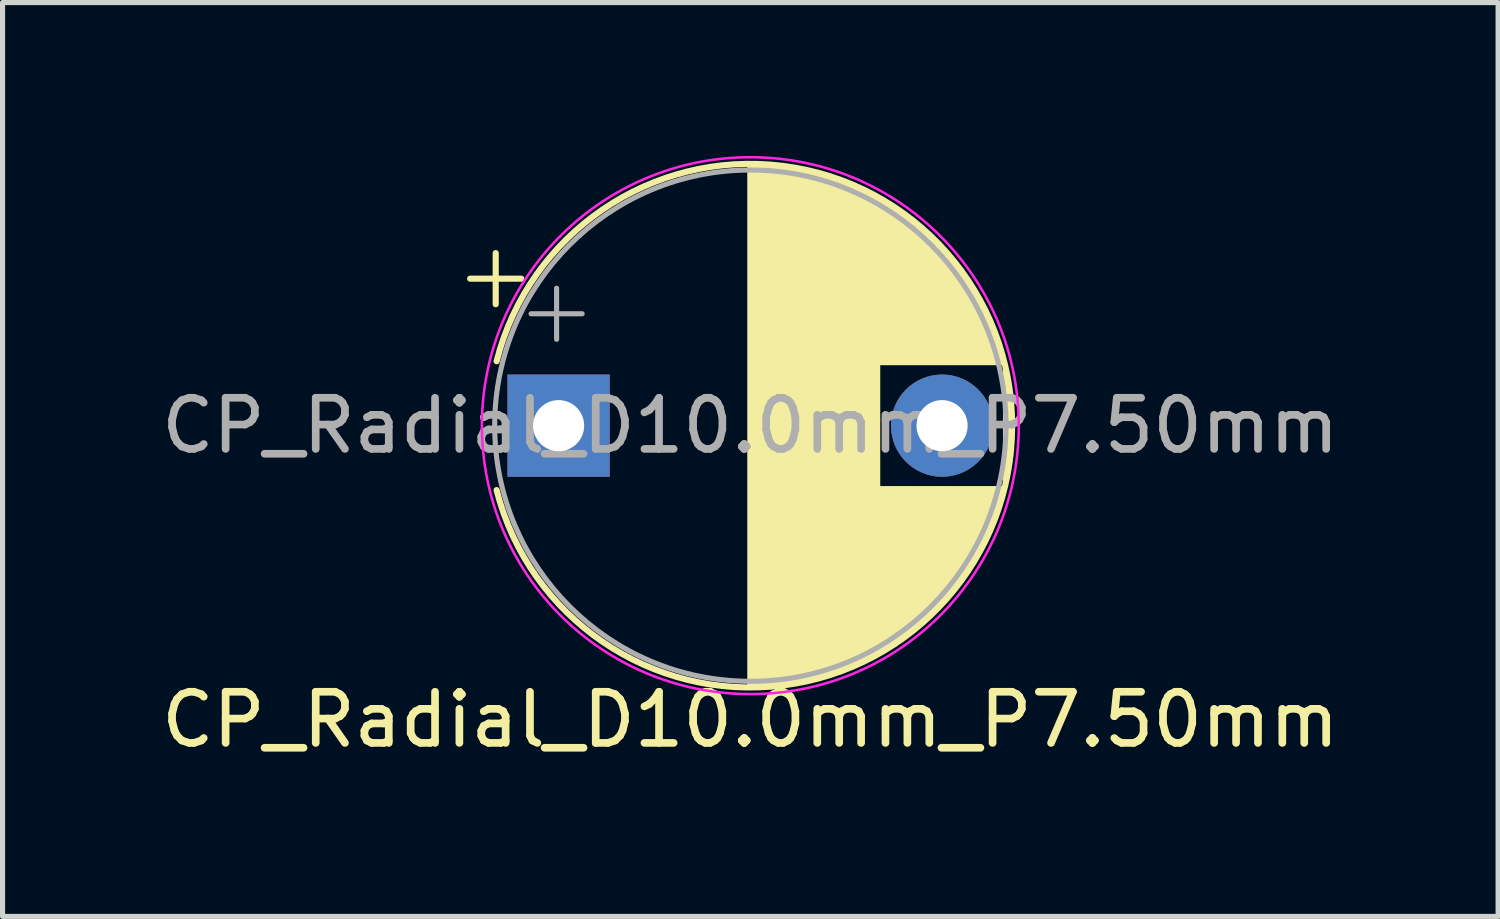
<source format=kicad_pcb>
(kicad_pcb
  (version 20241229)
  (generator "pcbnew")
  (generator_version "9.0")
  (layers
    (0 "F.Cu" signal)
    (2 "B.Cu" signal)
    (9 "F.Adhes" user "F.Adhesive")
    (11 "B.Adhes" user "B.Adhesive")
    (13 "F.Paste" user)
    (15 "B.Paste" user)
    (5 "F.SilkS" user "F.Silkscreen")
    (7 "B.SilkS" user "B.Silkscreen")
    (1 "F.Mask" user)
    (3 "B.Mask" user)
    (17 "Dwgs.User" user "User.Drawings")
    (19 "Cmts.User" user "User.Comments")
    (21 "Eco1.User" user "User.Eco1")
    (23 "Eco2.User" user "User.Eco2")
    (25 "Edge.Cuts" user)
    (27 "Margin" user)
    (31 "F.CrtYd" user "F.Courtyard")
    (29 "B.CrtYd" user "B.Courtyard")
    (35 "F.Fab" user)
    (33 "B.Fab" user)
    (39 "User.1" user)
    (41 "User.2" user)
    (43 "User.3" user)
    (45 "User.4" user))
  (footprint "CP_Radial_D10.0mm_P7.50mm"
    (layer "F.Cu")
    (at 7.875 5.275)
    (property "Reference" "CP_Radial_D10.0mm_P7.50mm" (at 3.75 5.75 0) (layer "F.SilkS") (effects (font (size 1 1) (thickness 0.15))))
    (attr through_hole)
    (fp_line (start -1.73 -2.875) (end -0.73 -2.875) (stroke (width 0.12) (type solid)) (layer "F.SilkS"))
    (fp_line (start -1.23 -3.375) (end -1.23 -2.375) (stroke (width 0.12) (type solid)) (layer "F.SilkS"))
    (fp_line (start 3.75 -5.08) (end 3.75 5.08) (stroke (width 0.12) (type solid)) (layer "F.SilkS"))
    (fp_line (start 3.79 -5.08) (end 3.79 5.08) (stroke (width 0.12) (type solid)) (layer "F.SilkS"))
    (fp_line (start 3.83 -5.08) (end 3.83 5.08) (stroke (width 0.12) (type solid)) (layer "F.SilkS"))
    (fp_line (start 3.87 -5.079) (end 3.87 5.079) (stroke (width 0.12) (type solid)) (layer "F.SilkS"))
    (fp_line (start 3.91 -5.078) (end 3.91 5.078) (stroke (width 0.12) (type solid)) (layer "F.SilkS"))
    (fp_line (start 3.95 -5.077) (end 3.95 5.077) (stroke (width 0.12) (type solid)) (layer "F.SilkS"))
    (fp_line (start 3.99 -5.075) (end 3.99 5.075) (stroke (width 0.12) (type solid)) (layer "F.SilkS"))
    (fp_line (start 4.03 -5.073) (end 4.03 5.073) (stroke (width 0.12) (type solid)) (layer "F.SilkS"))
    (fp_line (start 4.07 -5.07) (end 4.07 5.07) (stroke (width 0.12) (type solid)) (layer "F.SilkS"))
    (fp_line (start 4.11 -5.068) (end 4.11 5.068) (stroke (width 0.12) (type solid)) (layer "F.SilkS"))
    (fp_line (start 4.15 -5.065) (end 4.15 5.065) (stroke (width 0.12) (type solid)) (layer "F.SilkS"))
    (fp_line (start 4.19 -5.062) (end 4.19 5.062) (stroke (width 0.12) (type solid)) (layer "F.SilkS"))
    (fp_line (start 4.23 -5.058) (end 4.23 5.058) (stroke (width 0.12) (type solid)) (layer "F.SilkS"))
    (fp_line (start 4.27 -5.054) (end 4.27 5.054) (stroke (width 0.12) (type solid)) (layer "F.SilkS"))
    (fp_line (start 4.31 -5.05) (end 4.31 5.05) (stroke (width 0.12) (type solid)) (layer "F.SilkS"))
    (fp_line (start 4.35 -5.045) (end 4.35 5.045) (stroke (width 0.12) (type solid)) (layer "F.SilkS"))
    (fp_line (start 4.39 -5.04) (end 4.39 5.04) (stroke (width 0.12) (type solid)) (layer "F.SilkS"))
    (fp_line (start 4.43 -5.035) (end 4.43 5.035) (stroke (width 0.12) (type solid)) (layer "F.SilkS"))
    (fp_line (start 4.471 -5.03) (end 4.471 5.03) (stroke (width 0.12) (type solid)) (layer "F.SilkS"))
    (fp_line (start 4.511 -5.024) (end 4.511 5.024) (stroke (width 0.12) (type solid)) (layer "F.SilkS"))
    (fp_line (start 4.551 -5.018) (end 4.551 5.018) (stroke (width 0.12) (type solid)) (layer "F.SilkS"))
    (fp_line (start 4.591 -5.011) (end 4.591 5.011) (stroke (width 0.12) (type solid)) (layer "F.SilkS"))
    (fp_line (start 4.631 -5.004) (end 4.631 5.004) (stroke (width 0.12) (type solid)) (layer "F.SilkS"))
    (fp_line (start 4.671 -4.997) (end 4.671 4.997) (stroke (width 0.12) (type solid)) (layer "F.SilkS"))
    (fp_line (start 4.711 -4.99) (end 4.711 4.99) (stroke (width 0.12) (type solid)) (layer "F.SilkS"))
    (fp_line (start 4.751 -4.982) (end 4.751 4.982) (stroke (width 0.12) (type solid)) (layer "F.SilkS"))
    (fp_line (start 4.791 -4.974) (end 4.791 4.974) (stroke (width 0.12) (type solid)) (layer "F.SilkS"))
    (fp_line (start 4.831 -4.965) (end 4.831 4.965) (stroke (width 0.12) (type solid)) (layer "F.SilkS"))
    (fp_line (start 4.871 -4.956) (end 4.871 4.956) (stroke (width 0.12) (type solid)) (layer "F.SilkS"))
    (fp_line (start 4.911 -4.947) (end 4.911 4.947) (stroke (width 0.12) (type solid)) (layer "F.SilkS"))
    (fp_line (start 4.951 -4.938) (end 4.951 4.938) (stroke (width 0.12) (type solid)) (layer "F.SilkS"))
    (fp_line (start 4.991 -4.928) (end 4.991 4.928) (stroke (width 0.12) (type solid)) (layer "F.SilkS"))
    (fp_line (start 5.031 -4.918) (end 5.031 4.918) (stroke (width 0.12) (type solid)) (layer "F.SilkS"))
    (fp_line (start 5.071 -4.907) (end 5.071 4.907) (stroke (width 0.12) (type solid)) (layer "F.SilkS"))
    (fp_line (start 5.111 -4.897) (end 5.111 4.897) (stroke (width 0.12) (type solid)) (layer "F.SilkS"))
    (fp_line (start 5.151 -4.885) (end 5.151 4.885) (stroke (width 0.12) (type solid)) (layer "F.SilkS"))
    (fp_line (start 5.191 -4.874) (end 5.191 4.874) (stroke (width 0.12) (type solid)) (layer "F.SilkS"))
    (fp_line (start 5.231 -4.862) (end 5.231 4.862) (stroke (width 0.12) (type solid)) (layer "F.SilkS"))
    (fp_line (start 5.271 -4.85) (end 5.271 4.85) (stroke (width 0.12) (type solid)) (layer "F.SilkS"))
    (fp_line (start 5.311 -4.837) (end 5.311 4.837) (stroke (width 0.12) (type solid)) (layer "F.SilkS"))
    (fp_line (start 5.351 -4.824) (end 5.351 4.824) (stroke (width 0.12) (type solid)) (layer "F.SilkS"))
    (fp_line (start 5.391 -4.811) (end 5.391 4.811) (stroke (width 0.12) (type solid)) (layer "F.SilkS"))
    (fp_line (start 5.431 -4.797) (end 5.431 4.797) (stroke (width 0.12) (type solid)) (layer "F.SilkS"))
    (fp_line (start 5.471 -4.783) (end 5.471 4.783) (stroke (width 0.12) (type solid)) (layer "F.SilkS"))
    (fp_line (start 5.511 -4.768) (end 5.511 4.768) (stroke (width 0.12) (type solid)) (layer "F.SilkS"))
    (fp_line (start 5.551 -4.754) (end 5.551 4.754) (stroke (width 0.12) (type solid)) (layer "F.SilkS"))
    (fp_line (start 5.591 -4.738) (end 5.591 4.738) (stroke (width 0.12) (type solid)) (layer "F.SilkS"))
    (fp_line (start 5.631 -4.723) (end 5.631 4.723) (stroke (width 0.12) (type solid)) (layer "F.SilkS"))
    (fp_line (start 5.671 -4.707) (end 5.671 4.707) (stroke (width 0.12) (type solid)) (layer "F.SilkS"))
    (fp_line (start 5.711 -4.69) (end 5.711 4.69) (stroke (width 0.12) (type solid)) (layer "F.SilkS"))
    (fp_line (start 5.751 -4.674) (end 5.751 4.674) (stroke (width 0.12) (type solid)) (layer "F.SilkS"))
    (fp_line (start 5.791 -4.657) (end 5.791 4.657) (stroke (width 0.12) (type solid)) (layer "F.SilkS"))
    (fp_line (start 5.831 -4.639) (end 5.831 4.639) (stroke (width 0.12) (type solid)) (layer "F.SilkS"))
    (fp_line (start 5.871 -4.621) (end 5.871 4.621) (stroke (width 0.12) (type solid)) (layer "F.SilkS"))
    (fp_line (start 5.911 -4.603) (end 5.911 4.603) (stroke (width 0.12) (type solid)) (layer "F.SilkS"))
    (fp_line (start 5.951 -4.584) (end 5.951 4.584) (stroke (width 0.12) (type solid)) (layer "F.SilkS"))
    (fp_line (start 5.991 -4.564) (end 5.991 4.564) (stroke (width 0.12) (type solid)) (layer "F.SilkS"))
    (fp_line (start 6.031 -4.545) (end 6.031 4.545) (stroke (width 0.12) (type solid)) (layer "F.SilkS"))
    (fp_line (start 6.071 -4.525) (end 6.071 4.525) (stroke (width 0.12) (type solid)) (layer "F.SilkS"))
    (fp_line (start 6.111 -4.504) (end 6.111 4.504) (stroke (width 0.12) (type solid)) (layer "F.SilkS"))
    (fp_line (start 6.151 -4.483) (end 6.151 4.483) (stroke (width 0.12) (type solid)) (layer "F.SilkS"))
    (fp_line (start 6.191 -4.462) (end 6.191 4.462) (stroke (width 0.12) (type solid)) (layer "F.SilkS"))
    (fp_line (start 6.231 -4.44) (end 6.231 4.44) (stroke (width 0.12) (type solid)) (layer "F.SilkS"))
    (fp_line (start 6.271 -4.417) (end 6.271 -1.241) (stroke (width 0.12) (type solid)) (layer "F.SilkS"))
    (fp_line (start 6.271 1.241) (end 6.271 4.417) (stroke (width 0.12) (type solid)) (layer "F.SilkS"))
    (fp_line (start 6.311 -4.395) (end 6.311 -1.241) (stroke (width 0.12) (type solid)) (layer "F.SilkS"))
    (fp_line (start 6.311 1.241) (end 6.311 4.395) (stroke (width 0.12) (type solid)) (layer "F.SilkS"))
    (fp_line (start 6.351 -4.371) (end 6.351 -1.241) (stroke (width 0.12) (type solid)) (layer "F.SilkS"))
    (fp_line (start 6.351 1.241) (end 6.351 4.371) (stroke (width 0.12) (type solid)) (layer "F.SilkS"))
    (fp_line (start 6.391 -4.347) (end 6.391 -1.241) (stroke (width 0.12) (type solid)) (layer "F.SilkS"))
    (fp_line (start 6.391 1.241) (end 6.391 4.347) (stroke (width 0.12) (type solid)) (layer "F.SilkS"))
    (fp_line (start 6.431 -4.323) (end 6.431 -1.241) (stroke (width 0.12) (type solid)) (layer "F.SilkS"))
    (fp_line (start 6.431 1.241) (end 6.431 4.323) (stroke (width 0.12) (type solid)) (layer "F.SilkS"))
    (fp_line (start 6.471 -4.298) (end 6.471 -1.241) (stroke (width 0.12) (type solid)) (layer "F.SilkS"))
    (fp_line (start 6.471 1.241) (end 6.471 4.298) (stroke (width 0.12) (type solid)) (layer "F.SilkS"))
    (fp_line (start 6.511 -4.273) (end 6.511 -1.241) (stroke (width 0.12) (type solid)) (layer "F.SilkS"))
    (fp_line (start 6.511 1.241) (end 6.511 4.273) (stroke (width 0.12) (type solid)) (layer "F.SilkS"))
    (fp_line (start 6.551 -4.247) (end 6.551 -1.241) (stroke (width 0.12) (type solid)) (layer "F.SilkS"))
    (fp_line (start 6.551 1.241) (end 6.551 4.247) (stroke (width 0.12) (type solid)) (layer "F.SilkS"))
    (fp_line (start 6.591 -4.221) (end 6.591 -1.241) (stroke (width 0.12) (type solid)) (layer "F.SilkS"))
    (fp_line (start 6.591 1.241) (end 6.591 4.221) (stroke (width 0.12) (type solid)) (layer "F.SilkS"))
    (fp_line (start 6.631 -4.194) (end 6.631 -1.241) (stroke (width 0.12) (type solid)) (layer "F.SilkS"))
    (fp_line (start 6.631 1.241) (end 6.631 4.194) (stroke (width 0.12) (type solid)) (layer "F.SilkS"))
    (fp_line (start 6.671 -4.166) (end 6.671 -1.241) (stroke (width 0.12) (type solid)) (layer "F.SilkS"))
    (fp_line (start 6.671 1.241) (end 6.671 4.166) (stroke (width 0.12) (type solid)) (layer "F.SilkS"))
    (fp_line (start 6.711 -4.138) (end 6.711 -1.241) (stroke (width 0.12) (type solid)) (layer "F.SilkS"))
    (fp_line (start 6.711 1.241) (end 6.711 4.138) (stroke (width 0.12) (type solid)) (layer "F.SilkS"))
    (fp_line (start 6.751 -4.11) (end 6.751 -1.241) (stroke (width 0.12) (type solid)) (layer "F.SilkS"))
    (fp_line (start 6.751 1.241) (end 6.751 4.11) (stroke (width 0.12) (type solid)) (layer "F.SilkS"))
    (fp_line (start 6.791 -4.08) (end 6.791 -1.241) (stroke (width 0.12) (type solid)) (layer "F.SilkS"))
    (fp_line (start 6.791 1.241) (end 6.791 4.08) (stroke (width 0.12) (type solid)) (layer "F.SilkS"))
    (fp_line (start 6.831 -4.05) (end 6.831 -1.241) (stroke (width 0.12) (type solid)) (layer "F.SilkS"))
    (fp_line (start 6.831 1.241) (end 6.831 4.05) (stroke (width 0.12) (type solid)) (layer "F.SilkS"))
    (fp_line (start 6.871 -4.02) (end 6.871 -1.241) (stroke (width 0.12) (type solid)) (layer "F.SilkS"))
    (fp_line (start 6.871 1.241) (end 6.871 4.02) (stroke (width 0.12) (type solid)) (layer "F.SilkS"))
    (fp_line (start 6.911 -3.989) (end 6.911 -1.241) (stroke (width 0.12) (type solid)) (layer "F.SilkS"))
    (fp_line (start 6.911 1.241) (end 6.911 3.989) (stroke (width 0.12) (type solid)) (layer "F.SilkS"))
    (fp_line (start 6.951 -3.957) (end 6.951 -1.241) (stroke (width 0.12) (type solid)) (layer "F.SilkS"))
    (fp_line (start 6.951 1.241) (end 6.951 3.957) (stroke (width 0.12) (type solid)) (layer "F.SilkS"))
    (fp_line (start 6.991 -3.925) (end 6.991 -1.241) (stroke (width 0.12) (type solid)) (layer "F.SilkS"))
    (fp_line (start 6.991 1.241) (end 6.991 3.925) (stroke (width 0.12) (type solid)) (layer "F.SilkS"))
    (fp_line (start 7.031 -3.892) (end 7.031 -1.241) (stroke (width 0.12) (type solid)) (layer "F.SilkS"))
    (fp_line (start 7.031 1.241) (end 7.031 3.892) (stroke (width 0.12) (type solid)) (layer "F.SilkS"))
    (fp_line (start 7.071 -3.858) (end 7.071 -1.241) (stroke (width 0.12) (type solid)) (layer "F.SilkS"))
    (fp_line (start 7.071 1.241) (end 7.071 3.858) (stroke (width 0.12) (type solid)) (layer "F.SilkS"))
    (fp_line (start 7.111 -3.824) (end 7.111 -1.241) (stroke (width 0.12) (type solid)) (layer "F.SilkS"))
    (fp_line (start 7.111 1.241) (end 7.111 3.824) (stroke (width 0.12) (type solid)) (layer "F.SilkS"))
    (fp_line (start 7.151 -3.789) (end 7.151 -1.241) (stroke (width 0.12) (type solid)) (layer "F.SilkS"))
    (fp_line (start 7.151 1.241) (end 7.151 3.789) (stroke (width 0.12) (type solid)) (layer "F.SilkS"))
    (fp_line (start 7.191 -3.753) (end 7.191 -1.241) (stroke (width 0.12) (type solid)) (layer "F.SilkS"))
    (fp_line (start 7.191 1.241) (end 7.191 3.753) (stroke (width 0.12) (type solid)) (layer "F.SilkS"))
    (fp_line (start 7.231 -3.716) (end 7.231 -1.241) (stroke (width 0.12) (type solid)) (layer "F.SilkS"))
    (fp_line (start 7.231 1.241) (end 7.231 3.716) (stroke (width 0.12) (type solid)) (layer "F.SilkS"))
    (fp_line (start 7.271 -3.679) (end 7.271 -1.241) (stroke (width 0.12) (type solid)) (layer "F.SilkS"))
    (fp_line (start 7.271 1.241) (end 7.271 3.679) (stroke (width 0.12) (type solid)) (layer "F.SilkS"))
    (fp_line (start 7.311 -3.64) (end 7.311 -1.241) (stroke (width 0.12) (type solid)) (layer "F.SilkS"))
    (fp_line (start 7.311 1.241) (end 7.311 3.64) (stroke (width 0.12) (type solid)) (layer "F.SilkS"))
    (fp_line (start 7.351 -3.601) (end 7.351 -1.241) (stroke (width 0.12) (type solid)) (layer "F.SilkS"))
    (fp_line (start 7.351 1.241) (end 7.351 3.601) (stroke (width 0.12) (type solid)) (layer "F.SilkS"))
    (fp_line (start 7.391 -3.561) (end 7.391 -1.241) (stroke (width 0.12) (type solid)) (layer "F.SilkS"))
    (fp_line (start 7.391 1.241) (end 7.391 3.561) (stroke (width 0.12) (type solid)) (layer "F.SilkS"))
    (fp_line (start 7.431 -3.52) (end 7.431 -1.241) (stroke (width 0.12) (type solid)) (layer "F.SilkS"))
    (fp_line (start 7.431 1.241) (end 7.431 3.52) (stroke (width 0.12) (type solid)) (layer "F.SilkS"))
    (fp_line (start 7.471 -3.478) (end 7.471 -1.241) (stroke (width 0.12) (type solid)) (layer "F.SilkS"))
    (fp_line (start 7.471 1.241) (end 7.471 3.478) (stroke (width 0.12) (type solid)) (layer "F.SilkS"))
    (fp_line (start 7.511 -3.436) (end 7.511 -1.241) (stroke (width 0.12) (type solid)) (layer "F.SilkS"))
    (fp_line (start 7.511 1.241) (end 7.511 3.436) (stroke (width 0.12) (type solid)) (layer "F.SilkS"))
    (fp_line (start 7.551 -3.392) (end 7.551 -1.241) (stroke (width 0.12) (type solid)) (layer "F.SilkS"))
    (fp_line (start 7.551 1.241) (end 7.551 3.392) (stroke (width 0.12) (type solid)) (layer "F.SilkS"))
    (fp_line (start 7.591 -3.347) (end 7.591 -1.241) (stroke (width 0.12) (type solid)) (layer "F.SilkS"))
    (fp_line (start 7.591 1.241) (end 7.591 3.347) (stroke (width 0.12) (type solid)) (layer "F.SilkS"))
    (fp_line (start 7.631 -3.301) (end 7.631 -1.241) (stroke (width 0.12) (type solid)) (layer "F.SilkS"))
    (fp_line (start 7.631 1.241) (end 7.631 3.301) (stroke (width 0.12) (type solid)) (layer "F.SilkS"))
    (fp_line (start 7.671 -3.254) (end 7.671 -1.241) (stroke (width 0.12) (type solid)) (layer "F.SilkS"))
    (fp_line (start 7.671 1.241) (end 7.671 3.254) (stroke (width 0.12) (type solid)) (layer "F.SilkS"))
    (fp_line (start 7.711 -3.206) (end 7.711 -1.241) (stroke (width 0.12) (type solid)) (layer "F.SilkS"))
    (fp_line (start 7.711 1.241) (end 7.711 3.206) (stroke (width 0.12) (type solid)) (layer "F.SilkS"))
    (fp_line (start 7.751 -3.156) (end 7.751 -1.241) (stroke (width 0.12) (type solid)) (layer "F.SilkS"))
    (fp_line (start 7.751 1.241) (end 7.751 3.156) (stroke (width 0.12) (type solid)) (layer "F.SilkS"))
    (fp_line (start 7.791 -3.106) (end 7.791 -1.241) (stroke (width 0.12) (type solid)) (layer "F.SilkS"))
    (fp_line (start 7.791 1.241) (end 7.791 3.106) (stroke (width 0.12) (type solid)) (layer "F.SilkS"))
    (fp_line (start 7.831 -3.054) (end 7.831 -1.241) (stroke (width 0.12) (type solid)) (layer "F.SilkS"))
    (fp_line (start 7.831 1.241) (end 7.831 3.054) (stroke (width 0.12) (type solid)) (layer "F.SilkS"))
    (fp_line (start 7.871 -3) (end 7.871 -1.241) (stroke (width 0.12) (type solid)) (layer "F.SilkS"))
    (fp_line (start 7.871 1.241) (end 7.871 3) (stroke (width 0.12) (type solid)) (layer "F.SilkS"))
    (fp_line (start 7.911 -2.945) (end 7.911 -1.241) (stroke (width 0.12) (type solid)) (layer "F.SilkS"))
    (fp_line (start 7.911 1.241) (end 7.911 2.945) (stroke (width 0.12) (type solid)) (layer "F.SilkS"))
    (fp_line (start 7.951 -2.889) (end 7.951 -1.241) (stroke (width 0.12) (type solid)) (layer "F.SilkS"))
    (fp_line (start 7.951 1.241) (end 7.951 2.889) (stroke (width 0.12) (type solid)) (layer "F.SilkS"))
    (fp_line (start 7.991 -2.83) (end 7.991 -1.241) (stroke (width 0.12) (type solid)) (layer "F.SilkS"))
    (fp_line (start 7.991 1.241) (end 7.991 2.83) (stroke (width 0.12) (type solid)) (layer "F.SilkS"))
    (fp_line (start 8.031 -2.77) (end 8.031 -1.241) (stroke (width 0.12) (type solid)) (layer "F.SilkS"))
    (fp_line (start 8.031 1.241) (end 8.031 2.77) (stroke (width 0.12) (type solid)) (layer "F.SilkS"))
    (fp_line (start 8.071 -2.709) (end 8.071 -1.241) (stroke (width 0.12) (type solid)) (layer "F.SilkS"))
    (fp_line (start 8.071 1.241) (end 8.071 2.709) (stroke (width 0.12) (type solid)) (layer "F.SilkS"))
    (fp_line (start 8.111 -2.645) (end 8.111 -1.241) (stroke (width 0.12) (type solid)) (layer "F.SilkS"))
    (fp_line (start 8.111 1.241) (end 8.111 2.645) (stroke (width 0.12) (type solid)) (layer "F.SilkS"))
    (fp_line (start 8.151 -2.579) (end 8.151 -1.241) (stroke (width 0.12) (type solid)) (layer "F.SilkS"))
    (fp_line (start 8.151 1.241) (end 8.151 2.579) (stroke (width 0.12) (type solid)) (layer "F.SilkS"))
    (fp_line (start 8.191 -2.51) (end 8.191 -1.241) (stroke (width 0.12) (type solid)) (layer "F.SilkS"))
    (fp_line (start 8.191 1.241) (end 8.191 2.51) (stroke (width 0.12) (type solid)) (layer "F.SilkS"))
    (fp_line (start 8.231 -2.439) (end 8.231 -1.241) (stroke (width 0.12) (type solid)) (layer "F.SilkS"))
    (fp_line (start 8.231 1.241) (end 8.231 2.439) (stroke (width 0.12) (type solid)) (layer "F.SilkS"))
    (fp_line (start 8.271 -2.365) (end 8.271 -1.241) (stroke (width 0.12) (type solid)) (layer "F.SilkS"))
    (fp_line (start 8.271 1.241) (end 8.271 2.365) (stroke (width 0.12) (type solid)) (layer "F.SilkS"))
    (fp_line (start 8.311 -2.289) (end 8.311 -1.241) (stroke (width 0.12) (type solid)) (layer "F.SilkS"))
    (fp_line (start 8.311 1.241) (end 8.311 2.289) (stroke (width 0.12) (type solid)) (layer "F.SilkS"))
    (fp_line (start 8.351 -2.209) (end 8.351 -1.241) (stroke (width 0.12) (type solid)) (layer "F.SilkS"))
    (fp_line (start 8.351 1.241) (end 8.351 2.209) (stroke (width 0.12) (type solid)) (layer "F.SilkS"))
    (fp_line (start 8.391 -2.125) (end 8.391 -1.241) (stroke (width 0.12) (type solid)) (layer "F.SilkS"))
    (fp_line (start 8.391 1.241) (end 8.391 2.125) (stroke (width 0.12) (type solid)) (layer "F.SilkS"))
    (fp_line (start 8.431 -2.037) (end 8.431 -1.241) (stroke (width 0.12) (type solid)) (layer "F.SilkS"))
    (fp_line (start 8.431 1.241) (end 8.431 2.037) (stroke (width 0.12) (type solid)) (layer "F.SilkS"))
    (fp_line (start 8.471 -1.944) (end 8.471 -1.241) (stroke (width 0.12) (type solid)) (layer "F.SilkS"))
    (fp_line (start 8.471 1.241) (end 8.471 1.944) (stroke (width 0.12) (type solid)) (layer "F.SilkS"))
    (fp_line (start 8.511 -1.846) (end 8.511 -1.241) (stroke (width 0.12) (type solid)) (layer "F.SilkS"))
    (fp_line (start 8.511 1.241) (end 8.511 1.846) (stroke (width 0.12) (type solid)) (layer "F.SilkS"))
    (fp_line (start 8.551 -1.742) (end 8.551 -1.241) (stroke (width 0.12) (type solid)) (layer "F.SilkS"))
    (fp_line (start 8.551 1.241) (end 8.551 1.742) (stroke (width 0.12) (type solid)) (layer "F.SilkS"))
    (fp_line (start 8.591 -1.63) (end 8.591 -1.241) (stroke (width 0.12) (type solid)) (layer "F.SilkS"))
    (fp_line (start 8.591 1.241) (end 8.591 1.63) (stroke (width 0.12) (type solid)) (layer "F.SilkS"))
    (fp_line (start 8.631 -1.51) (end 8.631 -1.241) (stroke (width 0.12) (type solid)) (layer "F.SilkS"))
    (fp_line (start 8.631 1.241) (end 8.631 1.51) (stroke (width 0.12) (type solid)) (layer "F.SilkS"))
    (fp_line (start 8.671 -1.378) (end 8.671 -1.241) (stroke (width 0.12) (type solid)) (layer "F.SilkS"))
    (fp_line (start 8.671 1.241) (end 8.671 1.378) (stroke (width 0.12) (type solid)) (layer "F.SilkS"))
    (fp_line (start 8.751 -1.062) (end 8.751 1.062) (stroke (width 0.12) (type solid)) (layer "F.SilkS"))
    (fp_line (start 8.791 -0.862) (end 8.791 0.862) (stroke (width 0.12) (type solid)) (layer "F.SilkS"))
    (fp_line (start 8.831 -0.599) (end 8.831 0.599) (stroke (width 0.12) (type solid)) (layer "F.SilkS"))
    (fp_arc (start -1.21254 -1.26) (mid 8.87 0) (end -1.21254 1.26) (stroke (width 0.12) (type solid)) (layer "F.SilkS"))
    (fp_circle (center 3.75 0) (end 9 0) (stroke (width 0.05) (type solid)) (fill no) (layer "F.CrtYd"))
    (fp_line (start -0.539 -2.188) (end 0.461 -2.188) (stroke (width 0.1) (type solid)) (layer "F.Fab"))
    (fp_line (start -0.039 -2.688) (end -0.039 -1.688) (stroke (width 0.1) (type solid)) (layer "F.Fab"))
    (fp_circle (center 3.75 0) (end 8.75 0) (stroke (width 0.1) (type solid)) (fill no) (layer "F.Fab"))
    (fp_text user "${REFERENCE}" (at 3.75 0 0) (layer "F.Fab") (effects (font (size 1 1) (thickness 0.15))))
    (pad "1" thru_hole rect (at 0 0) (size 2 2) (drill 1) (layers "*.Cu" "*.Mask"))
    (pad "2" thru_hole circle (at 7.5 0) (size 2 2) (drill 1) (layers "*.Cu" "*.Mask")))
  (gr_rect
    (start -3 -3)
    (end 26.25 14.873)
    (stroke (width 0.1) (type default))
    (fill no)
    (layer "Edge.Cuts")))
</source>
